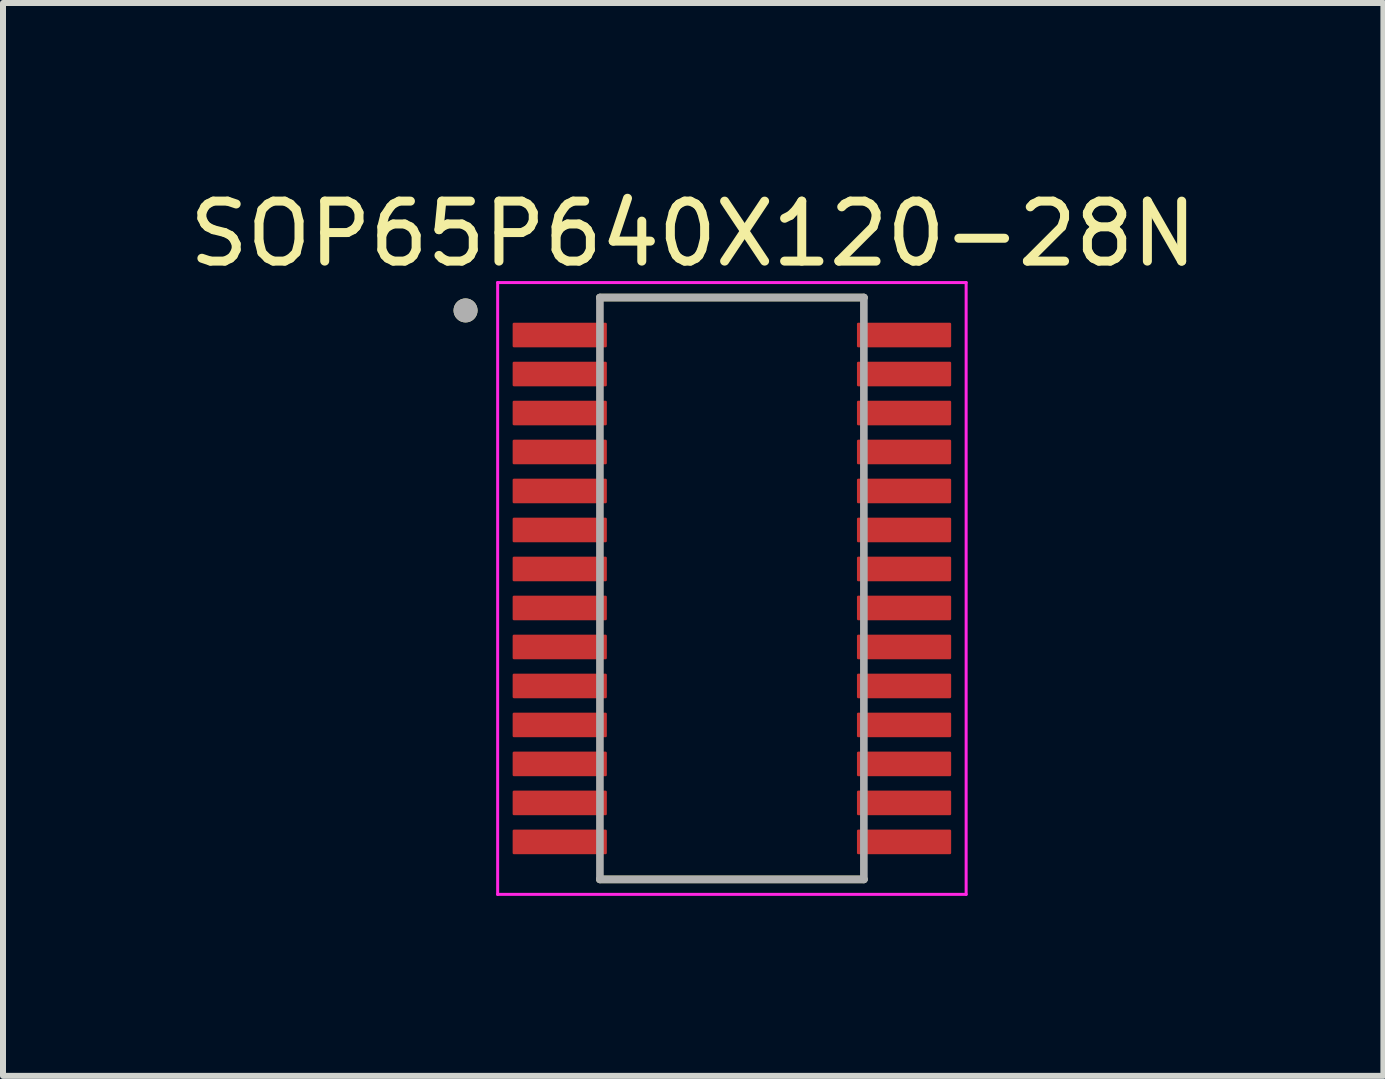
<source format=kicad_pcb>
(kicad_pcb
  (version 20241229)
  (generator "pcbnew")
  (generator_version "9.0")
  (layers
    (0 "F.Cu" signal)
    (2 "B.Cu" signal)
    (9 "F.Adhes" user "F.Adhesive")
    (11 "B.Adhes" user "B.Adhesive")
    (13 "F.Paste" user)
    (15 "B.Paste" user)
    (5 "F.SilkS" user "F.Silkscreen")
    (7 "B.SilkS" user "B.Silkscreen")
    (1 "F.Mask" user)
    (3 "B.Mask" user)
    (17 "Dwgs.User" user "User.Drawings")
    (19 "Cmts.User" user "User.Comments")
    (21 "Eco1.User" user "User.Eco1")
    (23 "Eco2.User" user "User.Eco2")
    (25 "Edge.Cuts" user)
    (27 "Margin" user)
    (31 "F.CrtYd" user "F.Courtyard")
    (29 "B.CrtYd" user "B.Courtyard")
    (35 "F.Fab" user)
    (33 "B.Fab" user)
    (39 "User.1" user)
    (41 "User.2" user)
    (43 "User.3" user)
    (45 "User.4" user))
  (footprint "SOP65P640X120-28N"
    (layer "F.Cu")
    (at 9.151 6.76)
    (property "Reference" "SOP65P640X120-28N" (at -0.645 -5.912 0) (layer "F.SilkS") (effects (font (size 1 1) (thickness 0.15))))
    (attr smd)
    (fp_line (start -2.2 -4.85) (end 2.2 -4.85) (stroke (width 0.127) (type solid)) (layer "F.SilkS"))
    (fp_line (start -2.2 4.85) (end 2.2 4.85) (stroke (width 0.127) (type solid)) (layer "F.SilkS"))
    (fp_circle (center -4.44 -4.635) (end -4.34 -4.635) (stroke (width 0.2) (type solid)) (fill no) (layer "F.SilkS"))
    (fp_line (start -3.905 -5.1) (end -3.905 5.1) (stroke (width 0.05) (type solid)) (layer "F.CrtYd"))
    (fp_line (start -3.905 -5.1) (end 3.905 -5.1) (stroke (width 0.05) (type solid)) (layer "F.CrtYd"))
    (fp_line (start -3.905 5.1) (end 3.905 5.1) (stroke (width 0.05) (type solid)) (layer "F.CrtYd"))
    (fp_line (start 3.905 -5.1) (end 3.905 5.1) (stroke (width 0.05) (type solid)) (layer "F.CrtYd"))
    (fp_line (start -2.2 -4.85) (end -2.2 4.85) (stroke (width 0.127) (type solid)) (layer "F.Fab"))
    (fp_line (start -2.2 -4.85) (end 2.2 -4.85) (stroke (width 0.127) (type solid)) (layer "F.Fab"))
    (fp_line (start -2.2 4.85) (end 2.2 4.85) (stroke (width 0.127) (type solid)) (layer "F.Fab"))
    (fp_line (start 2.2 -4.85) (end 2.2 4.85) (stroke (width 0.127) (type solid)) (layer "F.Fab"))
    (fp_circle (center -4.44 -4.635) (end -4.34 -4.635) (stroke (width 0.2) (type solid)) (fill no) (layer "F.Fab"))
    (pad "1" smd roundrect (at -2.87 -4.225) (size 1.57 0.41) (layers "F.Cu" "F.Mask" "F.Paste") (roundrect_rratio 0.05))
    (pad "2" smd roundrect (at -2.87 -3.575) (size 1.57 0.41) (layers "F.Cu" "F.Mask" "F.Paste") (roundrect_rratio 0.05))
    (pad "3" smd roundrect (at -2.87 -2.925) (size 1.57 0.41) (layers "F.Cu" "F.Mask" "F.Paste") (roundrect_rratio 0.05))
    (pad "4" smd roundrect (at -2.87 -2.275) (size 1.57 0.41) (layers "F.Cu" "F.Mask" "F.Paste") (roundrect_rratio 0.05))
    (pad "5" smd roundrect (at -2.87 -1.625) (size 1.57 0.41) (layers "F.Cu" "F.Mask" "F.Paste") (roundrect_rratio 0.05))
    (pad "6" smd roundrect (at -2.87 -0.975) (size 1.57 0.41) (layers "F.Cu" "F.Mask" "F.Paste") (roundrect_rratio 0.05))
    (pad "7" smd roundrect (at -2.87 -0.325) (size 1.57 0.41) (layers "F.Cu" "F.Mask" "F.Paste") (roundrect_rratio 0.05))
    (pad "8" smd roundrect (at -2.87 0.325) (size 1.57 0.41) (layers "F.Cu" "F.Mask" "F.Paste") (roundrect_rratio 0.05))
    (pad "9" smd roundrect (at -2.87 0.975) (size 1.57 0.41) (layers "F.Cu" "F.Mask" "F.Paste") (roundrect_rratio 0.05))
    (pad "10" smd roundrect (at -2.87 1.625) (size 1.57 0.41) (layers "F.Cu" "F.Mask" "F.Paste") (roundrect_rratio 0.05))
    (pad "11" smd roundrect (at -2.87 2.275) (size 1.57 0.41) (layers "F.Cu" "F.Mask" "F.Paste") (roundrect_rratio 0.05))
    (pad "12" smd roundrect (at -2.87 2.925) (size 1.57 0.41) (layers "F.Cu" "F.Mask" "F.Paste") (roundrect_rratio 0.05))
    (pad "13" smd roundrect (at -2.87 3.575) (size 1.57 0.41) (layers "F.Cu" "F.Mask" "F.Paste") (roundrect_rratio 0.05))
    (pad "14" smd roundrect (at -2.87 4.225) (size 1.57 0.41) (layers "F.Cu" "F.Mask" "F.Paste") (roundrect_rratio 0.05))
    (pad "15" smd roundrect (at 2.87 4.225) (size 1.57 0.41) (layers "F.Cu" "F.Mask" "F.Paste") (roundrect_rratio 0.05))
    (pad "16" smd roundrect (at 2.87 3.575) (size 1.57 0.41) (layers "F.Cu" "F.Mask" "F.Paste") (roundrect_rratio 0.05))
    (pad "17" smd roundrect (at 2.87 2.925) (size 1.57 0.41) (layers "F.Cu" "F.Mask" "F.Paste") (roundrect_rratio 0.05))
    (pad "18" smd roundrect (at 2.87 2.275) (size 1.57 0.41) (layers "F.Cu" "F.Mask" "F.Paste") (roundrect_rratio 0.05))
    (pad "19" smd roundrect (at 2.87 1.625) (size 1.57 0.41) (layers "F.Cu" "F.Mask" "F.Paste") (roundrect_rratio 0.05))
    (pad "20" smd roundrect (at 2.87 0.975) (size 1.57 0.41) (layers "F.Cu" "F.Mask" "F.Paste") (roundrect_rratio 0.05))
    (pad "21" smd roundrect (at 2.87 0.325) (size 1.57 0.41) (layers "F.Cu" "F.Mask" "F.Paste") (roundrect_rratio 0.05))
    (pad "22" smd roundrect (at 2.87 -0.325) (size 1.57 0.41) (layers "F.Cu" "F.Mask" "F.Paste") (roundrect_rratio 0.05))
    (pad "23" smd roundrect (at 2.87 -0.975) (size 1.57 0.41) (layers "F.Cu" "F.Mask" "F.Paste") (roundrect_rratio 0.05))
    (pad "24" smd roundrect (at 2.87 -1.625) (size 1.57 0.41) (layers "F.Cu" "F.Mask" "F.Paste") (roundrect_rratio 0.05))
    (pad "25" smd roundrect (at 2.87 -2.275) (size 1.57 0.41) (layers "F.Cu" "F.Mask" "F.Paste") (roundrect_rratio 0.05))
    (pad "26" smd roundrect (at 2.87 -2.925) (size 1.57 0.41) (layers "F.Cu" "F.Mask" "F.Paste") (roundrect_rratio 0.05))
    (pad "27" smd roundrect (at 2.87 -3.575) (size 1.57 0.41) (layers "F.Cu" "F.Mask" "F.Paste") (roundrect_rratio 0.05))
    (pad "28" smd roundrect (at 2.87 -4.225) (size 1.57 0.41) (layers "F.Cu" "F.Mask" "F.Paste") (roundrect_rratio 0.05)))
  (gr_rect
    (start -3 -3)
    (end 20.012 14.885)
    (stroke (width 0.1) (type default))
    (fill no)
    (layer "Edge.Cuts")))
</source>
